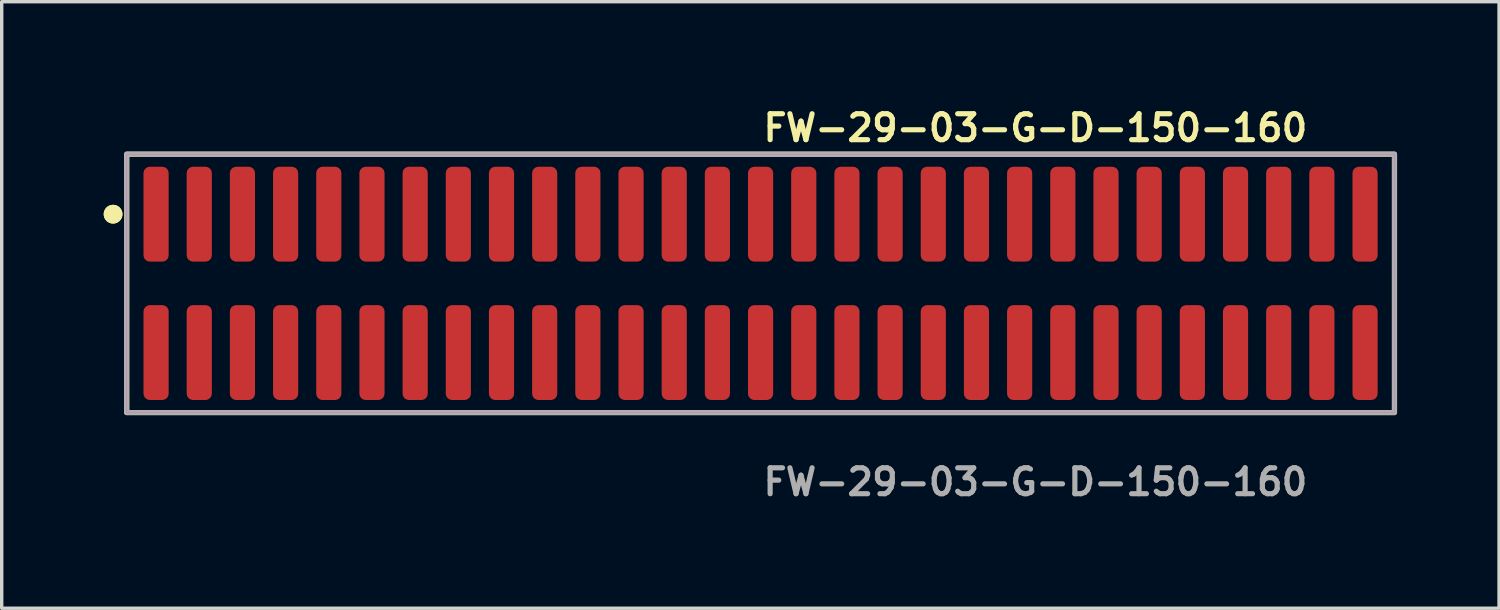
<source format=kicad_pcb>
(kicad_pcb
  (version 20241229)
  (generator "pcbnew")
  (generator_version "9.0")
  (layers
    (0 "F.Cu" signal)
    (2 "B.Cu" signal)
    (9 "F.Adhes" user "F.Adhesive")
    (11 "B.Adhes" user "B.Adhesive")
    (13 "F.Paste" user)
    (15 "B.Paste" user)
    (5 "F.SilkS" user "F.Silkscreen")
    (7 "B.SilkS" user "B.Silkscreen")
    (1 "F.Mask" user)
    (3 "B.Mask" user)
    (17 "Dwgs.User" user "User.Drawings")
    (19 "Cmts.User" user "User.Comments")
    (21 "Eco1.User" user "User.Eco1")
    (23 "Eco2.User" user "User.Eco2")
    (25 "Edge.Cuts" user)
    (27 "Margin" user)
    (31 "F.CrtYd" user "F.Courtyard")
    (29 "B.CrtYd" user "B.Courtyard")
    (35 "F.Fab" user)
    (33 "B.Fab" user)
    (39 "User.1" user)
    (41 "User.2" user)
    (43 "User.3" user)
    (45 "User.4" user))
  (footprint "FW-29-03-G-D-150-160"
    (layer "F.Cu")
    (at 19.321 5.285)
    (property "Reference" "FW-29-03-G-D-150-160" (at 0 -4.572 0) (unlocked yes) (layer "F.SilkS") (effects (font (size 0.762 0.762) (thickness 0.152)) (justify left)))
    (fp_rect (start -18.645 3.8) (end 18.645 -3.8) (stroke (width 0.152) (type solid)) (fill no) (layer "F.SilkS"))
    (fp_circle (center -19.045 -2.035) (end -19.245 -2.035) (stroke (width 0.152) (type solid)) (fill yes) (layer "F.SilkS"))
    (fp_circle (center -19.045 -2.035) (end -19.245 -2.035) (stroke (width 0.152) (type solid)) (fill yes) (layer "F.SilkS"))
    (fp_rect (start -18.645 3.8) (end 18.645 -3.8) (stroke (width 0.006) (type solid)) (fill no) (layer "F.CrtYd"))
    (fp_rect (start -18.645 3.8) (end 18.645 -3.8) (stroke (width 0.152) (type solid)) (fill no) (layer "F.Fab"))
    (fp_text user "${REFERENCE}" (at 0 5.842 0) (unlocked yes) (layer "F.Fab") (effects (font (size 0.762 0.762) (thickness 0.152)) (justify left)))
    (pad "1" smd roundrect (at -17.78 -2.035) (size 0.74 2.79) (layers "F.Cu" "F.Paste") (roundrect_rratio 0.25))
    (pad "2" smd roundrect (at -17.78 2.035) (size 0.74 2.79) (layers "F.Cu" "F.Paste") (roundrect_rratio 0.25))
    (pad "3" smd roundrect (at -16.51 -2.035) (size 0.74 2.79) (layers "F.Cu" "F.Paste") (roundrect_rratio 0.25))
    (pad "4" smd roundrect (at -16.51 2.035) (size 0.74 2.79) (layers "F.Cu" "F.Paste") (roundrect_rratio 0.25))
    (pad "5" smd roundrect (at -15.24 -2.035) (size 0.74 2.79) (layers "F.Cu" "F.Paste") (roundrect_rratio 0.25))
    (pad "6" smd roundrect (at -15.24 2.035) (size 0.74 2.79) (layers "F.Cu" "F.Paste") (roundrect_rratio 0.25))
    (pad "7" smd roundrect (at -13.97 -2.035) (size 0.74 2.79) (layers "F.Cu" "F.Paste") (roundrect_rratio 0.25))
    (pad "8" smd roundrect (at -13.97 2.035) (size 0.74 2.79) (layers "F.Cu" "F.Paste") (roundrect_rratio 0.25))
    (pad "9" smd roundrect (at -12.7 -2.035) (size 0.74 2.79) (layers "F.Cu" "F.Paste") (roundrect_rratio 0.25))
    (pad "10" smd roundrect (at -12.7 2.035) (size 0.74 2.79) (layers "F.Cu" "F.Paste") (roundrect_rratio 0.25))
    (pad "11" smd roundrect (at -11.43 -2.035) (size 0.74 2.79) (layers "F.Cu" "F.Paste") (roundrect_rratio 0.25))
    (pad "12" smd roundrect (at -11.43 2.035) (size 0.74 2.79) (layers "F.Cu" "F.Paste") (roundrect_rratio 0.25))
    (pad "13" smd roundrect (at -10.16 -2.035) (size 0.74 2.79) (layers "F.Cu" "F.Paste") (roundrect_rratio 0.25))
    (pad "14" smd roundrect (at -10.16 2.035) (size 0.74 2.79) (layers "F.Cu" "F.Paste") (roundrect_rratio 0.25))
    (pad "15" smd roundrect (at -8.89 -2.035) (size 0.74 2.79) (layers "F.Cu" "F.Paste") (roundrect_rratio 0.25))
    (pad "16" smd roundrect (at -8.89 2.035) (size 0.74 2.79) (layers "F.Cu" "F.Paste") (roundrect_rratio 0.25))
    (pad "17" smd roundrect (at -7.62 -2.035) (size 0.74 2.79) (layers "F.Cu" "F.Paste") (roundrect_rratio 0.25))
    (pad "18" smd roundrect (at -7.62 2.035) (size 0.74 2.79) (layers "F.Cu" "F.Paste") (roundrect_rratio 0.25))
    (pad "19" smd roundrect (at -6.35 -2.035) (size 0.74 2.79) (layers "F.Cu" "F.Paste") (roundrect_rratio 0.25))
    (pad "20" smd roundrect (at -6.35 2.035) (size 0.74 2.79) (layers "F.Cu" "F.Paste") (roundrect_rratio 0.25))
    (pad "21" smd roundrect (at -5.08 -2.035) (size 0.74 2.79) (layers "F.Cu" "F.Paste") (roundrect_rratio 0.25))
    (pad "22" smd roundrect (at -5.08 2.035) (size 0.74 2.79) (layers "F.Cu" "F.Paste") (roundrect_rratio 0.25))
    (pad "23" smd roundrect (at -3.81 -2.035) (size 0.74 2.79) (layers "F.Cu" "F.Paste") (roundrect_rratio 0.25))
    (pad "24" smd roundrect (at -3.81 2.035) (size 0.74 2.79) (layers "F.Cu" "F.Paste") (roundrect_rratio 0.25))
    (pad "25" smd roundrect (at -2.54 -2.035) (size 0.74 2.79) (layers "F.Cu" "F.Paste") (roundrect_rratio 0.25))
    (pad "26" smd roundrect (at -2.54 2.035) (size 0.74 2.79) (layers "F.Cu" "F.Paste") (roundrect_rratio 0.25))
    (pad "27" smd roundrect (at -1.27 -2.035) (size 0.74 2.79) (layers "F.Cu" "F.Paste") (roundrect_rratio 0.25))
    (pad "28" smd roundrect (at -1.27 2.035) (size 0.74 2.79) (layers "F.Cu" "F.Paste") (roundrect_rratio 0.25))
    (pad "29" smd roundrect (at 0 -2.035) (size 0.74 2.79) (layers "F.Cu" "F.Paste") (roundrect_rratio 0.25))
    (pad "30" smd roundrect (at 0 2.035) (size 0.74 2.79) (layers "F.Cu" "F.Paste") (roundrect_rratio 0.25))
    (pad "31" smd roundrect (at 1.27 -2.035) (size 0.74 2.79) (layers "F.Cu" "F.Paste") (roundrect_rratio 0.25))
    (pad "32" smd roundrect (at 1.27 2.035) (size 0.74 2.79) (layers "F.Cu" "F.Paste") (roundrect_rratio 0.25))
    (pad "33" smd roundrect (at 2.54 -2.035) (size 0.74 2.79) (layers "F.Cu" "F.Paste") (roundrect_rratio 0.25))
    (pad "34" smd roundrect (at 2.54 2.035) (size 0.74 2.79) (layers "F.Cu" "F.Paste") (roundrect_rratio 0.25))
    (pad "35" smd roundrect (at 3.81 -2.035) (size 0.74 2.79) (layers "F.Cu" "F.Paste") (roundrect_rratio 0.25))
    (pad "36" smd roundrect (at 3.81 2.035) (size 0.74 2.79) (layers "F.Cu" "F.Paste") (roundrect_rratio 0.25))
    (pad "37" smd roundrect (at 5.08 -2.035) (size 0.74 2.79) (layers "F.Cu" "F.Paste") (roundrect_rratio 0.25))
    (pad "38" smd roundrect (at 5.08 2.035) (size 0.74 2.79) (layers "F.Cu" "F.Paste") (roundrect_rratio 0.25))
    (pad "39" smd roundrect (at 6.35 -2.035) (size 0.74 2.79) (layers "F.Cu" "F.Paste") (roundrect_rratio 0.25))
    (pad "40" smd roundrect (at 6.35 2.035) (size 0.74 2.79) (layers "F.Cu" "F.Paste") (roundrect_rratio 0.25))
    (pad "41" smd roundrect (at 7.62 -2.035) (size 0.74 2.79) (layers "F.Cu" "F.Paste") (roundrect_rratio 0.25))
    (pad "42" smd roundrect (at 7.62 2.035) (size 0.74 2.79) (layers "F.Cu" "F.Paste") (roundrect_rratio 0.25))
    (pad "43" smd roundrect (at 8.89 -2.035) (size 0.74 2.79) (layers "F.Cu" "F.Paste") (roundrect_rratio 0.25))
    (pad "44" smd roundrect (at 8.89 2.035) (size 0.74 2.79) (layers "F.Cu" "F.Paste") (roundrect_rratio 0.25))
    (pad "45" smd roundrect (at 10.16 -2.035) (size 0.74 2.79) (layers "F.Cu" "F.Paste") (roundrect_rratio 0.25))
    (pad "46" smd roundrect (at 10.16 2.035) (size 0.74 2.79) (layers "F.Cu" "F.Paste") (roundrect_rratio 0.25))
    (pad "47" smd roundrect (at 11.43 -2.035) (size 0.74 2.79) (layers "F.Cu" "F.Paste") (roundrect_rratio 0.25))
    (pad "48" smd roundrect (at 11.43 2.035) (size 0.74 2.79) (layers "F.Cu" "F.Paste") (roundrect_rratio 0.25))
    (pad "49" smd roundrect (at 12.7 -2.035) (size 0.74 2.79) (layers "F.Cu" "F.Paste") (roundrect_rratio 0.25))
    (pad "50" smd roundrect (at 12.7 2.035) (size 0.74 2.79) (layers "F.Cu" "F.Paste") (roundrect_rratio 0.25))
    (pad "51" smd roundrect (at 13.97 -2.035) (size 0.74 2.79) (layers "F.Cu" "F.Paste") (roundrect_rratio 0.25))
    (pad "52" smd roundrect (at 13.97 2.035) (size 0.74 2.79) (layers "F.Cu" "F.Paste") (roundrect_rratio 0.25))
    (pad "53" smd roundrect (at 15.24 -2.035) (size 0.74 2.79) (layers "F.Cu" "F.Paste") (roundrect_rratio 0.25))
    (pad "54" smd roundrect (at 15.24 2.035) (size 0.74 2.79) (layers "F.Cu" "F.Paste") (roundrect_rratio 0.25))
    (pad "55" smd roundrect (at 16.51 -2.035) (size 0.74 2.79) (layers "F.Cu" "F.Paste") (roundrect_rratio 0.25))
    (pad "56" smd roundrect (at 16.51 2.035) (size 0.74 2.79) (layers "F.Cu" "F.Paste") (roundrect_rratio 0.25))
    (pad "57" smd roundrect (at 17.78 -2.035) (size 0.74 2.79) (layers "F.Cu" "F.Paste") (roundrect_rratio 0.25))
    (pad "58" smd roundrect (at 17.78 2.035) (size 0.74 2.79) (layers "F.Cu" "F.Paste") (roundrect_rratio 0.25)))
  (gr_rect
    (start -3 -3)
    (end 41.042 14.84)
    (stroke (width 0.1) (type default))
    (fill no)
    (layer "Edge.Cuts")))
</source>
